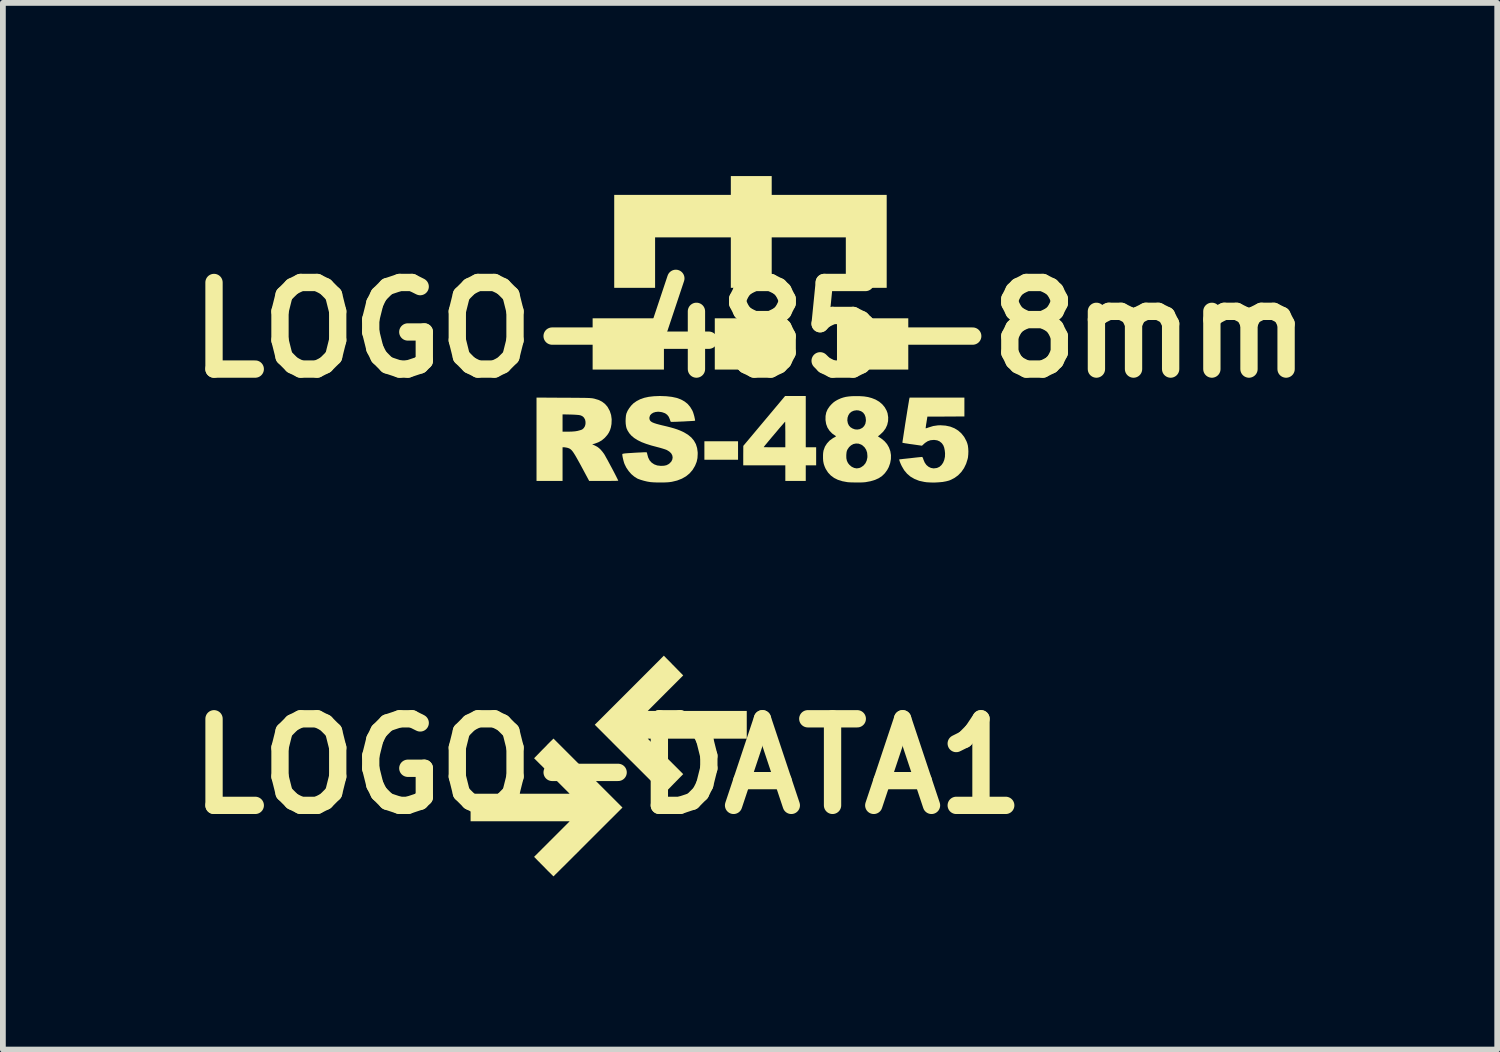
<source format=kicad_pcb>
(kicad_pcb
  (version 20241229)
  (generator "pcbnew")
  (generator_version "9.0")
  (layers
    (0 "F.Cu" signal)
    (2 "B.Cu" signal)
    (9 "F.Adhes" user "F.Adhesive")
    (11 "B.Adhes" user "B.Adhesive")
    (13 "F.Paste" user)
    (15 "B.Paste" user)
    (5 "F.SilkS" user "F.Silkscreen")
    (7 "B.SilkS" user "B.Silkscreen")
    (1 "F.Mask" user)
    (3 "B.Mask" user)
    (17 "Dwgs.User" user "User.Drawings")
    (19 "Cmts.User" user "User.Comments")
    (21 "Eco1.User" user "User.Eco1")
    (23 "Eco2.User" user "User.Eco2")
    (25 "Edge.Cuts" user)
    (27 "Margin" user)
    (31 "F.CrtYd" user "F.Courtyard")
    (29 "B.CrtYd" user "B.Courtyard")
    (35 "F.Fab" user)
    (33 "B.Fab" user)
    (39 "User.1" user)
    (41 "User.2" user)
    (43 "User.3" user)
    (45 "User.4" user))
  (footprint "LOGO-DATA1"
    (layer "F.Cu")
    (at 7.479 10.223)
    (property "Reference" "LOGO-DATA1" (at 0 0 0) (layer "F.SilkS") (effects (font (size 1.5 1.5) (thickness 0.3))))
    (attr board_only exclude_from_pos_files exclude_from_bom)
    (fp_poly (pts (xy 0.99 -1.895) (xy 0.997 -1.888) (xy 1.009 -1.876) (xy 1.026 -1.858) (xy 1.047 -1.837) (xy 1.072 -1.812) (xy 1.099 -1.785) (xy 1.127 -1.755) (xy 1.158 -1.725) (xy 1.158 -1.724) (xy 1.306 -1.573) (xy 0.999 -1.266) (xy 0.692 -0.958) (xy 1.549 -0.958) (xy 2.407 -0.958) (xy 2.407 -0.718) (xy 2.407 -0.477) (xy 1.549 -0.477) (xy 0.692 -0.477) (xy 0.999 -0.17) (xy 1.306 0.137) (xy 1.14 0.306) (xy 1.109 0.338) (xy 1.08 0.368) (xy 1.053 0.395) (xy 1.029 0.419) (xy 1.008 0.44) (xy 0.992 0.457) (xy 0.98 0.468) (xy 0.973 0.475) (xy 0.972 0.476) (xy 0.969 0.473) (xy 0.959 0.464) (xy 0.945 0.45) (xy 0.925 0.43) (xy 0.9 0.406) (xy 0.871 0.377) (xy 0.837 0.343) (xy 0.799 0.306) (xy 0.757 0.264) (xy 0.712 0.219) (xy 0.664 0.171) (xy 0.613 0.12) (xy 0.559 0.066) (xy 0.503 0.01) (xy 0.445 -0.048) (xy 0.385 -0.107) (xy 0.372 -0.12) (xy -0.226 -0.718) (xy 0.373 -1.316) (xy 0.971 -1.915)) (stroke (width 0) (type solid)) (fill yes) (layer "F.SilkS"))
    (fp_poly (pts (xy -0.344 0.118) (xy 0.254 0.716) (xy -0.343 1.312) (xy -0.403 1.372) (xy -0.461 1.43) (xy -0.517 1.487) (xy -0.572 1.541) (xy -0.623 1.592) (xy -0.672 1.641) (xy -0.718 1.687) (xy -0.76 1.729) (xy -0.799 1.767) (xy -0.834 1.802) (xy -0.864 1.832) (xy -0.89 1.858) (xy -0.911 1.878) (xy -0.926 1.894) (xy -0.936 1.904) (xy -0.941 1.908) (xy -0.941 1.908) (xy -0.945 1.905) (xy -0.953 1.897) (xy -0.967 1.883) (xy -0.984 1.866) (xy -1.005 1.845) (xy -1.029 1.822) (xy -1.052 1.799) (xy -1.08 1.77) (xy -1.109 1.74) (xy -1.138 1.711) (xy -1.166 1.683) (xy -1.19 1.658) (xy -1.211 1.638) (xy -1.219 1.629) (xy -1.277 1.57) (xy -0.969 1.262) (xy -0.661 0.954) (xy -1.519 0.954) (xy -2.377 0.954) (xy -2.377 0.716) (xy -2.377 0.477) (xy -1.519 0.477) (xy -0.661 0.477) (xy -0.969 0.169) (xy -1.277 -0.138) (xy -1.163 -0.255) (xy -1.135 -0.284) (xy -1.106 -0.313) (xy -1.077 -0.342) (xy -1.051 -0.37) (xy -1.027 -0.394) (xy -1.007 -0.414) (xy -0.996 -0.425) (xy -0.941 -0.479)) (stroke (width 0) (type solid)) (fill yes) (layer "F.SilkS")))
  (footprint "LOGO-485-8mm"
    (layer "F.Cu")
    (at 9.943 2.665)
    (property "Reference" "LOGO-485-8mm" (at 0 0 0) (layer "F.SilkS") (effects (font (size 1.5 1.5) (thickness 0.3))))
    (attr board_only exclude_from_pos_files exclude_from_bom)
    (fp_poly (pts (xy -1.492 0.243) (xy -1.492 0.687) (xy -2.11 0.687) (xy -2.727 0.687) (xy -2.727 0.243) (xy -2.727 -0.201) (xy -2.11 -0.201) (xy -1.492 -0.201)) (stroke (width 0) (type solid)) (fill yes) (layer "F.SilkS"))
    (fp_poly (pts (xy -0.208 2.089) (xy -0.208 2.249) (xy -0.5 2.249) (xy -0.791 2.249) (xy -0.791 2.089) (xy -0.791 1.929) (xy -0.5 1.929) (xy -0.208 1.929)) (stroke (width 0) (type solid)) (fill yes) (layer "F.SilkS"))
    (fp_poly (pts (xy 0.625 0.243) (xy 0.625 0.687) (xy 0.007 0.687) (xy -0.611 0.687) (xy -0.611 0.243) (xy -0.611 -0.201) (xy 0.007 -0.201) (xy 0.625 -0.201)) (stroke (width 0) (type solid)) (fill yes) (layer "F.SilkS"))
    (fp_poly (pts (xy 2.741 0.243) (xy 2.741 0.687) (xy 2.124 0.687) (xy 1.506 0.687) (xy 1.506 0.243) (xy 1.506 -0.201) (xy 2.124 -0.201) (xy 2.741 -0.201)) (stroke (width 0) (type solid)) (fill yes) (layer "F.SilkS"))
    (fp_poly (pts (xy 0.375 -2.502) (xy 0.375 -2.339) (xy 1.371 -2.339) (xy 2.367 -2.339) (xy 2.367 -1.534) (xy 2.367 -0.729) (xy 2.013 -0.729) (xy 1.659 -0.729) (xy 1.659 -1.166) (xy 1.659 -1.603) (xy 1.017 -1.603) (xy 0.375 -1.603) (xy 0.375 -1.166) (xy 0.375 -0.729) (xy 0.021 -0.729) (xy -0.333 -0.729) (xy -0.333 -1.166) (xy -0.333 -1.603) (xy -0.989 -1.603) (xy -1.645 -1.603) (xy -1.645 -1.166) (xy -1.645 -0.729) (xy -1.999 -0.729) (xy -2.353 -0.729) (xy -2.353 -1.534) (xy -2.353 -2.339) (xy -1.343 -2.339) (xy -0.333 -2.339) (xy -0.333 -2.502) (xy -0.333 -2.665) (xy 0.021 -2.665) (xy 0.375 -2.665)) (stroke (width 0) (type solid)) (fill yes) (layer "F.SilkS"))
    (fp_poly (pts (xy 0.965 1.589) (xy 0.965 2.033) (xy 1.055 2.033) (xy 1.145 2.033) (xy 1.145 2.19) (xy 1.145 2.346) (xy 1.055 2.346) (xy 0.965 2.346) (xy 0.965 2.481) (xy 0.965 2.616) (xy 0.788 2.616) (xy 0.611 2.616) (xy 0.611 2.481) (xy 0.611 2.346) (xy 0.246 2.346) (xy -0.118 2.346) (xy -0.118 2.177) (xy -0.117 2.03) (xy 0.236 2.03) (xy 0.243 2.031) (xy 0.261 2.032) (xy 0.29 2.032) (xy 0.328 2.033) (xy 0.372 2.033) (xy 0.421 2.033) (xy 0.423 2.033) (xy 0.611 2.033) (xy 0.611 1.811) (xy 0.611 1.757) (xy 0.61 1.708) (xy 0.61 1.665) (xy 0.609 1.631) (xy 0.609 1.605) (xy 0.608 1.591) (xy 0.608 1.589) (xy 0.603 1.594) (xy 0.59 1.609) (xy 0.571 1.631) (xy 0.546 1.66) (xy 0.516 1.694) (xy 0.484 1.732) (xy 0.45 1.773) (xy 0.414 1.815) (xy 0.379 1.856) (xy 0.346 1.896) (xy 0.314 1.934) (xy 0.287 1.967) (xy 0.264 1.994) (xy 0.248 2.015) (xy 0.238 2.027) (xy 0.236 2.03) (xy -0.117 2.03) (xy -0.117 2.009) (xy 0.245 1.577) (xy 0.607 1.145) (xy 0.786 1.145) (xy 0.965 1.145)) (stroke (width 0) (type solid)) (fill yes) (layer "F.SilkS"))
    (fp_poly (pts (xy -3.229 1.175) (xy -3.136 1.175) (xy -3.056 1.176) (xy -2.988 1.176) (xy -2.93 1.177) (xy -2.882 1.177) (xy -2.842 1.178) (xy -2.809 1.179) (xy -2.782 1.18) (xy -2.761 1.182) (xy -2.743 1.183) (xy -2.728 1.185) (xy -2.714 1.188) (xy -2.701 1.19) (xy -2.695 1.192) (xy -2.624 1.213) (xy -2.564 1.243) (xy -2.513 1.282) (xy -2.471 1.33) (xy -2.465 1.34) (xy -2.43 1.404) (xy -2.407 1.474) (xy -2.397 1.548) (xy -2.4 1.626) (xy -2.401 1.635) (xy -2.411 1.69) (xy -2.426 1.737) (xy -2.447 1.781) (xy -2.47 1.816) (xy -2.515 1.868) (xy -2.568 1.913) (xy -2.629 1.947) (xy -2.693 1.971) (xy -2.701 1.973) (xy -2.735 1.98) (xy -2.68 2.007) (xy -2.646 2.025) (xy -2.617 2.047) (xy -2.588 2.074) (xy -2.558 2.109) (xy -2.529 2.148) (xy -2.521 2.161) (xy -2.508 2.184) (xy -2.491 2.215) (xy -2.47 2.252) (xy -2.447 2.295) (xy -2.423 2.34) (xy -2.398 2.386) (xy -2.373 2.433) (xy -2.35 2.477) (xy -2.329 2.518) (xy -2.311 2.554) (xy -2.297 2.582) (xy -2.287 2.602) (xy -2.283 2.612) (xy -2.283 2.612) (xy -2.29 2.613) (xy -2.309 2.614) (xy -2.339 2.615) (xy -2.378 2.615) (xy -2.425 2.616) (xy -2.478 2.616) (xy -2.535 2.616) (xy -2.787 2.616) (xy -2.918 2.372) (xy -2.956 2.302) (xy -2.989 2.243) (xy -3.016 2.195) (xy -3.04 2.155) (xy -3.06 2.124) (xy -3.078 2.099) (xy -3.094 2.081) (xy -3.11 2.067) (xy -3.125 2.057) (xy -3.141 2.05) (xy -3.157 2.044) (xy -3.184 2.038) (xy -3.21 2.034) (xy -3.221 2.033) (xy -3.248 2.033) (xy -3.248 2.325) (xy -3.248 2.616) (xy -3.473 2.616) (xy -3.699 2.616) (xy -3.699 1.894) (xy -3.699 1.463) (xy -3.248 1.463) (xy -3.248 1.613) (xy -3.248 1.763) (xy -3.149 1.763) (xy -3.085 1.761) (xy -3.033 1.757) (xy -2.99 1.75) (xy -2.96 1.742) (xy -2.932 1.734) (xy -2.911 1.726) (xy -2.907 1.724) (xy -2.88 1.7) (xy -2.861 1.669) (xy -2.851 1.632) (xy -2.85 1.594) (xy -2.857 1.556) (xy -2.875 1.523) (xy -2.888 1.508) (xy -2.903 1.496) (xy -2.92 1.487) (xy -2.941 1.479) (xy -2.968 1.474) (xy -3.004 1.471) (xy -3.049 1.468) (xy -3.106 1.466) (xy -3.107 1.466) (xy -3.248 1.463) (xy -3.699 1.463) (xy -3.699 1.172)) (stroke (width 0) (type solid)) (fill yes) (layer "F.SilkS"))
    (fp_poly (pts (xy 3.713 1.336) (xy 3.713 1.499) (xy 3.392 1.501) (xy 3.072 1.502) (xy 3.056 1.603) (xy 3.05 1.638) (xy 3.046 1.669) (xy 3.043 1.691) (xy 3.042 1.704) (xy 3.042 1.705) (xy 3.049 1.704) (xy 3.066 1.699) (xy 3.089 1.691) (xy 3.092 1.69) (xy 3.173 1.665) (xy 3.256 1.653) (xy 3.301 1.652) (xy 3.388 1.658) (xy 3.468 1.675) (xy 3.541 1.704) (xy 3.606 1.744) (xy 3.662 1.794) (xy 3.71 1.855) (xy 3.748 1.926) (xy 3.762 1.962) (xy 3.773 2.002) (xy 3.779 2.05) (xy 3.782 2.104) (xy 3.78 2.158) (xy 3.775 2.209) (xy 3.769 2.236) (xy 3.743 2.319) (xy 3.706 2.395) (xy 3.66 2.461) (xy 3.604 2.519) (xy 3.539 2.566) (xy 3.467 2.602) (xy 3.445 2.61) (xy 3.395 2.623) (xy 3.335 2.634) (xy 3.267 2.64) (xy 3.197 2.644) (xy 3.126 2.643) (xy 3.059 2.639) (xy 3.018 2.633) (xy 2.93 2.614) (xy 2.851 2.583) (xy 2.781 2.543) (xy 2.72 2.491) (xy 2.669 2.43) (xy 2.627 2.358) (xy 2.611 2.324) (xy 2.597 2.29) (xy 2.589 2.267) (xy 2.585 2.252) (xy 2.584 2.245) (xy 2.588 2.242) (xy 2.591 2.242) (xy 2.6 2.241) (xy 2.622 2.239) (xy 2.653 2.235) (xy 2.692 2.231) (xy 2.738 2.226) (xy 2.786 2.221) (xy 2.836 2.215) (xy 2.881 2.21) (xy 2.92 2.206) (xy 2.951 2.203) (xy 2.972 2.201) (xy 2.981 2.2) (xy 2.987 2.206) (xy 2.996 2.223) (xy 3.004 2.248) (xy 3.026 2.299) (xy 3.055 2.34) (xy 3.092 2.371) (xy 3.134 2.391) (xy 3.18 2.399) (xy 3.229 2.393) (xy 3.239 2.391) (xy 3.281 2.372) (xy 3.316 2.341) (xy 3.344 2.301) (xy 3.364 2.253) (xy 3.376 2.198) (xy 3.378 2.137) (xy 3.373 2.089) (xy 3.363 2.039) (xy 3.348 2) (xy 3.327 1.969) (xy 3.317 1.958) (xy 3.282 1.93) (xy 3.242 1.913) (xy 3.194 1.906) (xy 3.178 1.906) (xy 3.125 1.911) (xy 3.077 1.928) (xy 3.031 1.958) (xy 3.013 1.974) (xy 2.978 2.006) (xy 2.811 1.982) (xy 2.764 1.976) (xy 2.722 1.969) (xy 2.687 1.964) (xy 2.66 1.959) (xy 2.644 1.956) (xy 2.639 1.955) (xy 2.64 1.948) (xy 2.642 1.928) (xy 2.647 1.898) (xy 2.653 1.859) (xy 2.66 1.812) (xy 2.668 1.759) (xy 2.677 1.701) (xy 2.686 1.64) (xy 2.696 1.578) (xy 2.706 1.515) (xy 2.716 1.453) (xy 2.725 1.395) (xy 2.734 1.341) (xy 2.742 1.292) (xy 2.749 1.251) (xy 2.754 1.219) (xy 2.758 1.197) (xy 2.76 1.188) (xy 2.764 1.173) (xy 3.238 1.173) (xy 3.713 1.173)) (stroke (width 0) (type solid)) (fill yes) (layer "F.SilkS"))
    (fp_poly (pts (xy 1.974 1.152) (xy 2.044 1.163) (xy 2.109 1.181) (xy 2.17 1.205) (xy 2.177 1.208) (xy 2.238 1.244) (xy 2.29 1.288) (xy 2.333 1.34) (xy 2.365 1.397) (xy 2.382 1.443) (xy 2.393 1.513) (xy 2.391 1.58) (xy 2.376 1.645) (xy 2.348 1.706) (xy 2.307 1.762) (xy 2.253 1.814) (xy 2.248 1.818) (xy 2.215 1.844) (xy 2.271 1.88) (xy 2.327 1.925) (xy 2.373 1.978) (xy 2.407 2.037) (xy 2.43 2.101) (xy 2.441 2.168) (xy 2.44 2.237) (xy 2.427 2.308) (xy 2.402 2.378) (xy 2.375 2.428) (xy 2.335 2.483) (xy 2.287 2.53) (xy 2.231 2.568) (xy 2.165 2.598) (xy 2.088 2.621) (xy 2.002 2.637) (xy 1.973 2.64) (xy 1.934 2.642) (xy 1.889 2.643) (xy 1.839 2.643) (xy 1.79 2.642) (xy 1.745 2.641) (xy 1.707 2.639) (xy 1.686 2.637) (xy 1.599 2.621) (xy 1.522 2.597) (xy 1.456 2.564) (xy 1.399 2.522) (xy 1.351 2.471) (xy 1.312 2.41) (xy 1.305 2.396) (xy 1.292 2.366) (xy 1.28 2.332) (xy 1.274 2.31) (xy 1.267 2.271) (xy 1.264 2.226) (xy 1.264 2.178) (xy 1.264 2.169) (xy 1.667 2.169) (xy 1.668 2.223) (xy 1.678 2.268) (xy 1.697 2.307) (xy 1.721 2.337) (xy 1.761 2.371) (xy 1.804 2.391) (xy 1.848 2.399) (xy 1.892 2.392) (xy 1.922 2.38) (xy 1.964 2.351) (xy 1.997 2.313) (xy 2.02 2.266) (xy 2.032 2.212) (xy 2.033 2.183) (xy 2.028 2.126) (xy 2.011 2.076) (xy 1.984 2.034) (xy 1.947 2) (xy 1.924 1.986) (xy 1.879 1.97) (xy 1.834 1.968) (xy 1.79 1.977) (xy 1.75 1.999) (xy 1.715 2.031) (xy 1.688 2.071) (xy 1.678 2.093) (xy 1.672 2.116) (xy 1.669 2.145) (xy 1.667 2.169) (xy 1.264 2.169) (xy 1.266 2.132) (xy 1.272 2.094) (xy 1.274 2.086) (xy 1.297 2.022) (xy 1.333 1.966) (xy 1.379 1.916) (xy 1.436 1.875) (xy 1.45 1.867) (xy 1.473 1.855) (xy 1.485 1.847) (xy 1.488 1.841) (xy 1.483 1.837) (xy 1.482 1.836) (xy 1.423 1.795) (xy 1.376 1.746) (xy 1.341 1.692) (xy 1.318 1.63) (xy 1.308 1.567) (xy 1.685 1.567) (xy 1.694 1.617) (xy 1.695 1.618) (xy 1.712 1.655) (xy 1.74 1.686) (xy 1.776 1.708) (xy 1.817 1.723) (xy 1.859 1.726) (xy 1.901 1.719) (xy 1.903 1.718) (xy 1.945 1.697) (xy 1.976 1.666) (xy 1.997 1.627) (xy 2.006 1.58) (xy 2.007 1.561) (xy 2.001 1.511) (xy 1.985 1.468) (xy 1.959 1.433) (xy 1.924 1.409) (xy 1.881 1.395) (xy 1.846 1.392) (xy 1.799 1.399) (xy 1.759 1.416) (xy 1.726 1.443) (xy 1.703 1.479) (xy 1.689 1.52) (xy 1.685 1.567) (xy 1.308 1.567) (xy 1.307 1.561) (xy 1.307 1.558) (xy 1.308 1.49) (xy 1.32 1.429) (xy 1.345 1.372) (xy 1.383 1.318) (xy 1.413 1.286) (xy 1.444 1.257) (xy 1.474 1.235) (xy 1.508 1.215) (xy 1.528 1.205) (xy 1.573 1.185) (xy 1.615 1.171) (xy 1.659 1.16) (xy 1.707 1.153) (xy 1.764 1.148) (xy 1.805 1.147) (xy 1.895 1.147)) (stroke (width 0) (type solid)) (fill yes) (layer "F.SilkS"))
    (fp_poly (pts (xy -1.449 1.149) (xy -1.354 1.16) (xy -1.27 1.178) (xy -1.197 1.205) (xy -1.134 1.24) (xy -1.081 1.282) (xy -1.037 1.334) (xy -1.001 1.394) (xy -0.988 1.423) (xy -0.982 1.442) (xy -0.974 1.468) (xy -0.966 1.496) (xy -0.96 1.524) (xy -0.955 1.548) (xy -0.952 1.565) (xy -0.952 1.572) (xy -0.96 1.574) (xy -0.98 1.576) (xy -1.009 1.578) (xy -1.046 1.58) (xy -1.088 1.582) (xy -1.134 1.585) (xy -1.181 1.587) (xy -1.227 1.589) (xy -1.27 1.591) (xy -1.308 1.592) (xy -1.34 1.593) (xy -1.362 1.593) (xy -1.373 1.592) (xy -1.373 1.592) (xy -1.378 1.582) (xy -1.385 1.564) (xy -1.39 1.548) (xy -1.409 1.504) (xy -1.436 1.47) (xy -1.472 1.444) (xy -1.52 1.427) (xy -1.543 1.422) (xy -1.592 1.417) (xy -1.637 1.422) (xy -1.676 1.434) (xy -1.708 1.454) (xy -1.731 1.479) (xy -1.742 1.511) (xy -1.744 1.527) (xy -1.741 1.549) (xy -1.733 1.568) (xy -1.718 1.585) (xy -1.695 1.6) (xy -1.662 1.614) (xy -1.619 1.628) (xy -1.563 1.643) (xy -1.527 1.652) (xy -1.446 1.671) (xy -1.376 1.689) (xy -1.316 1.706) (xy -1.264 1.723) (xy -1.217 1.741) (xy -1.174 1.76) (xy -1.145 1.774) (xy -1.075 1.816) (xy -1.017 1.864) (xy -0.972 1.918) (xy -0.938 1.979) (xy -0.917 2.047) (xy -0.907 2.122) (xy -0.907 2.151) (xy -0.911 2.221) (xy -0.925 2.285) (xy -0.95 2.347) (xy -0.954 2.356) (xy -0.996 2.426) (xy -1.048 2.486) (xy -1.109 2.536) (xy -1.181 2.577) (xy -1.263 2.609) (xy -1.354 2.631) (xy -1.397 2.637) (xy -1.431 2.64) (xy -1.475 2.642) (xy -1.526 2.643) (xy -1.579 2.643) (xy -1.631 2.642) (xy -1.678 2.64) (xy -1.717 2.637) (xy -1.727 2.636) (xy -1.782 2.627) (xy -1.84 2.613) (xy -1.894 2.597) (xy -1.941 2.58) (xy -1.954 2.574) (xy -2.006 2.541) (xy -2.057 2.498) (xy -2.103 2.445) (xy -2.143 2.387) (xy -2.174 2.324) (xy -2.175 2.322) (xy -2.184 2.296) (xy -2.193 2.264) (xy -2.201 2.231) (xy -2.208 2.199) (xy -2.212 2.173) (xy -2.213 2.155) (xy -2.212 2.15) (xy -2.208 2.147) (xy -2.197 2.144) (xy -2.178 2.141) (xy -2.151 2.138) (xy -2.113 2.135) (xy -2.063 2.132) (xy -2.003 2.128) (xy -1.951 2.125) (xy -1.903 2.123) (xy -1.862 2.121) (xy -1.829 2.119) (xy -1.805 2.119) (xy -1.793 2.119) (xy -1.792 2.119) (xy -1.787 2.128) (xy -1.782 2.145) (xy -1.781 2.151) (xy -1.765 2.21) (xy -1.74 2.26) (xy -1.705 2.299) (xy -1.66 2.329) (xy -1.608 2.348) (xy -1.547 2.355) (xy -1.544 2.355) (xy -1.492 2.353) (xy -1.449 2.344) (xy -1.413 2.326) (xy -1.394 2.312) (xy -1.363 2.279) (xy -1.346 2.243) (xy -1.341 2.207) (xy -1.348 2.171) (xy -1.367 2.137) (xy -1.399 2.107) (xy -1.441 2.081) (xy -1.453 2.076) (xy -1.478 2.067) (xy -1.513 2.056) (xy -1.553 2.044) (xy -1.594 2.033) (xy -1.606 2.03) (xy -1.711 2.002) (xy -1.802 1.973) (xy -1.881 1.943) (xy -1.949 1.909) (xy -2.006 1.873) (xy -2.053 1.834) (xy -2.091 1.791) (xy -2.121 1.744) (xy -2.14 1.702) (xy -2.148 1.668) (xy -2.154 1.625) (xy -2.156 1.578) (xy -2.154 1.529) (xy -2.15 1.485) (xy -2.142 1.448) (xy -2.141 1.447) (xy -2.122 1.402) (xy -2.093 1.355) (xy -2.059 1.311) (xy -2.023 1.275) (xy -2.018 1.27) (xy -1.962 1.231) (xy -1.901 1.2) (xy -1.832 1.176) (xy -1.754 1.159) (xy -1.667 1.149) (xy -1.569 1.145) (xy -1.555 1.145)) (stroke (width 0) (type solid)) (fill yes) (layer "F.SilkS")))
  (gr_rect
    (start -3 -3)
    (end 22.886 15.131)
    (stroke (width 0.1) (type default))
    (fill no)
    (layer "Edge.Cuts")))
</source>
